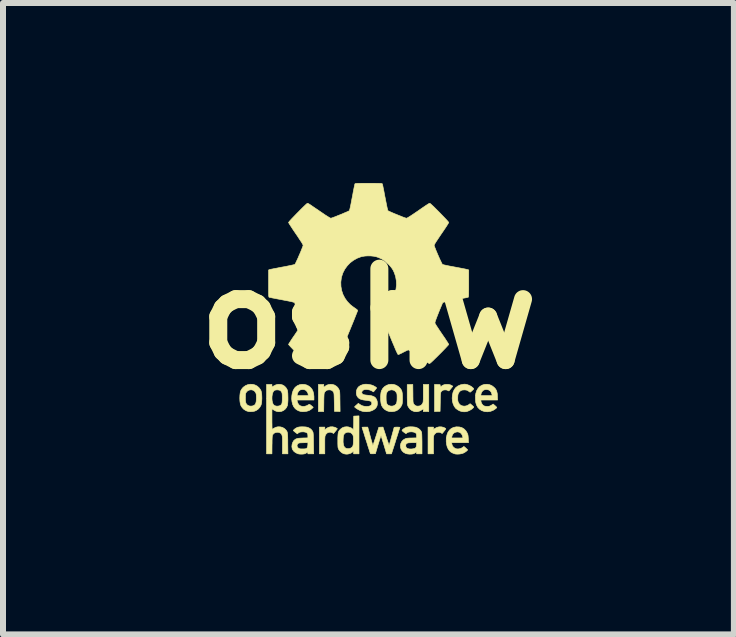
<source format=kicad_pcb>
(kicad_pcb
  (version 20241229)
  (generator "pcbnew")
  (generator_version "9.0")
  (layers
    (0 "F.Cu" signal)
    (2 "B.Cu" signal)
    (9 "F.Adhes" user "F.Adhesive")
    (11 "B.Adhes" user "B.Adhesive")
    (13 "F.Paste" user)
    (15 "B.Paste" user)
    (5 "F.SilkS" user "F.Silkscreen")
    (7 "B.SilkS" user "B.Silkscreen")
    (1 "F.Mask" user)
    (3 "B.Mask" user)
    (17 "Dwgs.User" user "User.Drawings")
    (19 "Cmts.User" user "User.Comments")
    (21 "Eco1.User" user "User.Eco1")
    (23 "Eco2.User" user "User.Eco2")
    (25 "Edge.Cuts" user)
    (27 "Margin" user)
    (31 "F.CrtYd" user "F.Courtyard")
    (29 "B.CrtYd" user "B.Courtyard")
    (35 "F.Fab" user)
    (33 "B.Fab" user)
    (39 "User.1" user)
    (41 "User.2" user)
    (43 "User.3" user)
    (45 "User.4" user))
  (footprint "oshw"
    (layer "F.Cu")
    (at 3.092 2.263)
    (property "Reference" "oshw" (at 0 0 0) (layer "F.SilkS") (effects (font (size 1.524 1.524) (thickness 0.3))))
    (attr through_hole)
    (fp_poly (pts (xy 1.254 1.811) (xy 1.286 1.828) (xy 1.289 1.832) (xy 1.286 1.84) (xy 1.278 1.853) (xy 1.262 1.872) (xy 1.262 1.873) (xy 1.229 1.913) (xy 1.207 1.901) (xy 1.179 1.892) (xy 1.15 1.893) (xy 1.124 1.904) (xy 1.103 1.923) (xy 1.094 1.936) (xy 1.091 1.944) (xy 1.088 1.952) (xy 1.086 1.965) (xy 1.085 1.981) (xy 1.084 2.004) (xy 1.084 2.035) (xy 1.084 2.074) (xy 1.084 2.104) (xy 1.084 2.252) (xy 0.993 2.252) (xy 0.993 1.806) (xy 1.084 1.806) (xy 1.084 1.846) (xy 1.103 1.831) (xy 1.138 1.812) (xy 1.176 1.802) (xy 1.215 1.802) (xy 1.254 1.811)) (stroke (width 0.01) (type solid)) (fill yes) (layer "F.SilkS"))
    (fp_poly (pts (xy -0.561 1.809) (xy -0.549 1.814) (xy -0.533 1.823) (xy -0.522 1.83) (xy -0.519 1.833) (xy -0.523 1.839) (xy -0.532 1.852) (xy -0.545 1.868) (xy -0.551 1.875) (xy -0.582 1.913) (xy -0.6 1.902) (xy -0.627 1.892) (xy -0.654 1.892) (xy -0.681 1.9) (xy -0.703 1.918) (xy -0.715 1.936) (xy -0.719 1.944) (xy -0.722 1.952) (xy -0.725 1.962) (xy -0.726 1.975) (xy -0.727 1.992) (xy -0.728 2.016) (xy -0.728 2.047) (xy -0.728 2.087) (xy -0.728 2.107) (xy -0.728 2.252) (xy -0.818 2.252) (xy -0.818 1.806) (xy -0.728 1.806) (xy -0.728 1.852) (xy -0.706 1.833) (xy -0.674 1.813) (xy -0.638 1.802) (xy -0.599 1.801) (xy -0.561 1.809)) (stroke (width 0.01) (type solid)) (fill yes) (layer "F.SilkS"))
    (fp_poly (pts (xy 1.328 1.094) (xy 1.362 1.101) (xy 1.387 1.113) (xy 1.406 1.124) (xy 1.395 1.139) (xy 1.384 1.152) (xy 1.371 1.169) (xy 1.362 1.179) (xy 1.34 1.204) (xy 1.322 1.195) (xy 1.3 1.187) (xy 1.274 1.186) (xy 1.249 1.189) (xy 1.234 1.196) (xy 1.225 1.203) (xy 1.217 1.209) (xy 1.211 1.217) (xy 1.206 1.227) (xy 1.203 1.242) (xy 1.201 1.261) (xy 1.199 1.287) (xy 1.198 1.321) (xy 1.197 1.365) (xy 1.197 1.389) (xy 1.194 1.544) (xy 1.147 1.545) (xy 1.101 1.547) (xy 1.101 1.095) (xy 1.147 1.096) (xy 1.194 1.098) (xy 1.197 1.12) (xy 1.199 1.133) (xy 1.202 1.137) (xy 1.206 1.134) (xy 1.207 1.133) (xy 1.23 1.113) (xy 1.26 1.1) (xy 1.293 1.094) (xy 1.328 1.094)) (stroke (width 0.01) (type solid)) (fill yes) (layer "F.SilkS"))
    (fp_poly (pts (xy 0.741 1.25) (xy 0.741 1.296) (xy 0.742 1.332) (xy 0.742 1.359) (xy 0.743 1.38) (xy 0.745 1.395) (xy 0.747 1.405) (xy 0.749 1.412) (xy 0.752 1.418) (xy 0.754 1.42) (xy 0.773 1.441) (xy 0.793 1.453) (xy 0.819 1.457) (xy 0.823 1.457) (xy 0.854 1.453) (xy 0.879 1.441) (xy 0.898 1.419) (xy 0.902 1.411) (xy 0.906 1.403) (xy 0.909 1.395) (xy 0.911 1.385) (xy 0.912 1.372) (xy 0.913 1.355) (xy 0.914 1.331) (xy 0.914 1.3) (xy 0.914 1.26) (xy 0.914 1.241) (xy 0.914 1.095) (xy 1.005 1.095) (xy 1.005 1.547) (xy 0.914 1.547) (xy 0.914 1.502) (xy 0.886 1.521) (xy 0.849 1.54) (xy 0.811 1.55) (xy 0.773 1.549) (xy 0.765 1.547) (xy 0.726 1.532) (xy 0.693 1.508) (xy 0.668 1.475) (xy 0.659 1.459) (xy 0.656 1.451) (xy 0.653 1.442) (xy 0.65 1.433) (xy 0.649 1.421) (xy 0.648 1.404) (xy 0.647 1.382) (xy 0.647 1.354) (xy 0.646 1.317) (xy 0.646 1.27) (xy 0.646 1.264) (xy 0.646 1.098) (xy 0.693 1.096) (xy 0.739 1.095) (xy 0.741 1.25)) (stroke (width 0.01) (type solid)) (fill yes) (layer "F.SilkS"))
    (fp_poly (pts (xy -0.601 1.095) (xy -0.569 1.104) (xy -0.562 1.108) (xy -0.53 1.128) (xy -0.507 1.153) (xy -0.49 1.183) (xy -0.486 1.191) (xy -0.483 1.2) (xy -0.481 1.209) (xy -0.479 1.222) (xy -0.478 1.239) (xy -0.477 1.261) (xy -0.476 1.291) (xy -0.476 1.329) (xy -0.475 1.377) (xy -0.475 1.379) (xy -0.473 1.547) (xy -0.52 1.545) (xy -0.567 1.544) (xy -0.57 1.391) (xy -0.571 1.345) (xy -0.572 1.309) (xy -0.573 1.281) (xy -0.574 1.261) (xy -0.576 1.246) (xy -0.578 1.235) (xy -0.581 1.227) (xy -0.584 1.221) (xy -0.601 1.201) (xy -0.625 1.189) (xy -0.654 1.185) (xy -0.685 1.189) (xy -0.708 1.2) (xy -0.726 1.219) (xy -0.729 1.223) (xy -0.733 1.23) (xy -0.736 1.237) (xy -0.738 1.245) (xy -0.74 1.257) (xy -0.741 1.273) (xy -0.742 1.295) (xy -0.743 1.324) (xy -0.744 1.363) (xy -0.744 1.396) (xy -0.746 1.547) (xy -0.835 1.547) (xy -0.835 1.095) (xy -0.745 1.095) (xy -0.745 1.118) (xy -0.744 1.134) (xy -0.74 1.139) (xy -0.731 1.134) (xy -0.723 1.126) (xy -0.699 1.109) (xy -0.669 1.098) (xy -0.635 1.093) (xy -0.601 1.095)) (stroke (width 0.01) (type solid)) (fill yes) (layer "F.SilkS"))
    (fp_poly (pts (xy -1.068 1.095) (xy -1.028 1.105) (xy -0.991 1.125) (xy -0.966 1.145) (xy -0.942 1.174) (xy -0.925 1.209) (xy -0.914 1.249) (xy -0.909 1.297) (xy -0.909 1.319) (xy -0.909 1.355) (xy -1.191 1.355) (xy -1.188 1.376) (xy -1.177 1.408) (xy -1.16 1.434) (xy -1.137 1.451) (xy -1.104 1.461) (xy -1.069 1.461) (xy -1.033 1.451) (xy -0.999 1.433) (xy -0.996 1.431) (xy -0.989 1.427) (xy -0.983 1.427) (xy -0.974 1.432) (xy -0.959 1.443) (xy -0.952 1.449) (xy -0.92 1.476) (xy -0.945 1.5) (xy -0.965 1.515) (xy -0.988 1.529) (xy -1.001 1.534) (xy -1.032 1.543) (xy -1.068 1.548) (xy -1.103 1.549) (xy -1.128 1.546) (xy -1.167 1.534) (xy -1.202 1.514) (xy -1.223 1.496) (xy -1.247 1.465) (xy -1.264 1.427) (xy -1.275 1.383) (xy -1.28 1.336) (xy -1.278 1.289) (xy -1.277 1.281) (xy -1.191 1.281) (xy -1.005 1.281) (xy -1.005 1.265) (xy -1.009 1.243) (xy -1.021 1.22) (xy -1.036 1.201) (xy -1.05 1.19) (xy -1.076 1.181) (xy -1.105 1.18) (xy -1.132 1.185) (xy -1.146 1.192) (xy -1.167 1.212) (xy -1.181 1.24) (xy -1.187 1.263) (xy -1.191 1.281) (xy -1.277 1.281) (xy -1.271 1.243) (xy -1.257 1.2) (xy -1.237 1.163) (xy -1.219 1.141) (xy -1.186 1.116) (xy -1.149 1.1) (xy -1.109 1.093) (xy -1.068 1.095)) (stroke (width 0.01) (type solid)) (fill yes) (layer "F.SilkS"))
    (fp_poly (pts (xy 1.516 1.804) (xy 1.557 1.815) (xy 1.593 1.837) (xy 1.623 1.867) (xy 1.643 1.9) (xy 1.651 1.917) (xy 1.657 1.933) (xy 1.66 1.949) (xy 1.662 1.969) (xy 1.664 1.997) (xy 1.664 2.002) (xy 1.667 2.066) (xy 1.387 2.066) (xy 1.39 2.089) (xy 1.399 2.118) (xy 1.418 2.142) (xy 1.443 2.16) (xy 1.473 2.17) (xy 1.498 2.17) (xy 1.527 2.165) (xy 1.554 2.154) (xy 1.574 2.142) (xy 1.59 2.128) (xy 1.621 2.154) (xy 1.636 2.168) (xy 1.647 2.178) (xy 1.653 2.184) (xy 1.653 2.184) (xy 1.65 2.191) (xy 1.639 2.202) (xy 1.624 2.214) (xy 1.605 2.227) (xy 1.586 2.237) (xy 1.581 2.24) (xy 1.553 2.249) (xy 1.519 2.255) (xy 1.483 2.257) (xy 1.451 2.255) (xy 1.431 2.25) (xy 1.395 2.235) (xy 1.366 2.217) (xy 1.343 2.192) (xy 1.33 2.173) (xy 1.313 2.138) (xy 1.302 2.095) (xy 1.296 2.047) (xy 1.297 1.997) (xy 1.298 1.988) (xy 1.298 1.987) (xy 1.387 1.987) (xy 1.575 1.987) (xy 1.571 1.968) (xy 1.56 1.935) (xy 1.542 1.91) (xy 1.518 1.893) (xy 1.489 1.886) (xy 1.472 1.887) (xy 1.441 1.895) (xy 1.416 1.911) (xy 1.399 1.936) (xy 1.39 1.963) (xy 1.387 1.987) (xy 1.298 1.987) (xy 1.308 1.936) (xy 1.325 1.892) (xy 1.35 1.856) (xy 1.381 1.829) (xy 1.419 1.811) (xy 1.463 1.802) (xy 1.468 1.802) (xy 1.516 1.804)) (stroke (width 0.01) (type solid)) (fill yes) (layer "F.SilkS"))
    (fp_poly (pts (xy 2.019 1.099) (xy 2.059 1.117) (xy 2.093 1.143) (xy 2.115 1.166) (xy 2.13 1.19) (xy 2.14 1.217) (xy 2.147 1.25) (xy 2.149 1.291) (xy 2.152 1.355) (xy 1.874 1.355) (xy 1.874 1.37) (xy 1.878 1.39) (xy 1.887 1.412) (xy 1.901 1.433) (xy 1.915 1.447) (xy 1.932 1.455) (xy 1.957 1.46) (xy 1.983 1.461) (xy 2.008 1.459) (xy 2.017 1.457) (xy 2.035 1.449) (xy 2.054 1.438) (xy 2.058 1.436) (xy 2.078 1.422) (xy 2.109 1.448) (xy 2.124 1.462) (xy 2.135 1.473) (xy 2.139 1.479) (xy 2.139 1.479) (xy 2.135 1.485) (xy 2.125 1.495) (xy 2.119 1.5) (xy 2.078 1.527) (xy 2.033 1.544) (xy 1.985 1.551) (xy 1.936 1.547) (xy 1.933 1.546) (xy 1.89 1.532) (xy 1.853 1.509) (xy 1.823 1.478) (xy 1.801 1.438) (xy 1.79 1.403) (xy 1.786 1.379) (xy 1.784 1.348) (xy 1.783 1.314) (xy 1.784 1.282) (xy 1.786 1.265) (xy 1.874 1.265) (xy 1.874 1.281) (xy 2.061 1.281) (xy 2.058 1.26) (xy 2.047 1.228) (xy 2.029 1.203) (xy 2.004 1.187) (xy 1.974 1.18) (xy 1.968 1.18) (xy 1.942 1.182) (xy 1.92 1.19) (xy 1.919 1.19) (xy 1.902 1.204) (xy 1.887 1.225) (xy 1.877 1.249) (xy 1.874 1.265) (xy 1.786 1.265) (xy 1.787 1.255) (xy 1.789 1.247) (xy 1.804 1.199) (xy 1.827 1.16) (xy 1.856 1.129) (xy 1.893 1.107) (xy 1.932 1.095) (xy 1.976 1.092) (xy 2.019 1.099)) (stroke (width 0.01) (type solid)) (fill yes) (layer "F.SilkS"))
    (fp_poly (pts (xy 1.612 1.091) (xy 1.633 1.095) (xy 1.643 1.097) (xy 1.679 1.11) (xy 1.714 1.129) (xy 1.742 1.152) (xy 1.744 1.154) (xy 1.753 1.164) (xy 1.754 1.171) (xy 1.748 1.178) (xy 1.746 1.18) (xy 1.735 1.191) (xy 1.72 1.204) (xy 1.715 1.209) (xy 1.694 1.225) (xy 1.668 1.207) (xy 1.651 1.196) (xy 1.635 1.19) (xy 1.614 1.187) (xy 1.604 1.186) (xy 1.568 1.188) (xy 1.539 1.198) (xy 1.517 1.216) (xy 1.502 1.239) (xy 1.495 1.255) (xy 1.491 1.27) (xy 1.489 1.288) (xy 1.488 1.313) (xy 1.488 1.321) (xy 1.488 1.349) (xy 1.49 1.369) (xy 1.494 1.384) (xy 1.5 1.4) (xy 1.501 1.401) (xy 1.519 1.427) (xy 1.544 1.445) (xy 1.574 1.455) (xy 1.606 1.457) (xy 1.638 1.45) (xy 1.669 1.435) (xy 1.673 1.431) (xy 1.694 1.416) (xy 1.715 1.433) (xy 1.73 1.446) (xy 1.743 1.458) (xy 1.746 1.461) (xy 1.754 1.47) (xy 1.753 1.477) (xy 1.746 1.485) (xy 1.724 1.505) (xy 1.695 1.523) (xy 1.663 1.538) (xy 1.652 1.542) (xy 1.627 1.549) (xy 1.604 1.551) (xy 1.579 1.55) (xy 1.557 1.547) (xy 1.523 1.537) (xy 1.489 1.519) (xy 1.459 1.497) (xy 1.453 1.492) (xy 1.429 1.459) (xy 1.411 1.419) (xy 1.399 1.374) (xy 1.395 1.324) (xy 1.399 1.275) (xy 1.41 1.224) (xy 1.43 1.181) (xy 1.456 1.147) (xy 1.491 1.121) (xy 1.533 1.102) (xy 1.568 1.095) (xy 1.592 1.091) (xy 1.612 1.091)) (stroke (width 0.01) (type solid)) (fill yes) (layer "F.SilkS"))
    (fp_poly (pts (xy -1.93 1.093) (xy -1.891 1.104) (xy -1.856 1.122) (xy -1.825 1.149) (xy -1.8 1.183) (xy -1.791 1.2) (xy -1.785 1.223) (xy -1.78 1.254) (xy -1.778 1.291) (xy -1.777 1.329) (xy -1.779 1.368) (xy -1.782 1.402) (xy -1.788 1.43) (xy -1.792 1.442) (xy -1.812 1.477) (xy -1.84 1.508) (xy -1.873 1.53) (xy -1.897 1.54) (xy -1.93 1.547) (xy -1.967 1.549) (xy -1.999 1.547) (xy -2.039 1.534) (xy -2.076 1.511) (xy -2.09 1.498) (xy -2.111 1.473) (xy -2.127 1.446) (xy -2.137 1.413) (xy -2.143 1.373) (xy -2.145 1.324) (xy -2.145 1.321) (xy -2.052 1.321) (xy -2.051 1.357) (xy -2.048 1.385) (xy -2.043 1.405) (xy -2.035 1.421) (xy -2.023 1.434) (xy -2.014 1.441) (xy -1.989 1.453) (xy -1.96 1.457) (xy -1.93 1.453) (xy -1.903 1.441) (xy -1.903 1.441) (xy -1.889 1.428) (xy -1.879 1.409) (xy -1.872 1.382) (xy -1.869 1.347) (xy -1.868 1.321) (xy -1.869 1.291) (xy -1.87 1.27) (xy -1.872 1.254) (xy -1.876 1.242) (xy -1.881 1.231) (xy -1.899 1.207) (xy -1.922 1.192) (xy -1.948 1.185) (xy -1.976 1.186) (xy -2.003 1.195) (xy -2.026 1.212) (xy -2.04 1.231) (xy -2.045 1.24) (xy -2.048 1.252) (xy -2.05 1.267) (xy -2.051 1.288) (xy -2.052 1.317) (xy -2.052 1.321) (xy -2.145 1.321) (xy -2.143 1.273) (xy -2.138 1.233) (xy -2.129 1.201) (xy -2.114 1.174) (xy -2.094 1.149) (xy -2.086 1.141) (xy -2.05 1.115) (xy -2.012 1.099) (xy -1.971 1.092) (xy -1.93 1.093)) (stroke (width 0.01) (type solid)) (fill yes) (layer "F.SilkS"))
    (fp_poly (pts (xy 0.417 1.094) (xy 0.456 1.106) (xy 0.492 1.126) (xy 0.521 1.152) (xy 0.538 1.172) (xy 0.55 1.191) (xy 0.558 1.213) (xy 0.563 1.239) (xy 0.566 1.271) (xy 0.567 1.311) (xy 0.567 1.324) (xy 0.567 1.358) (xy 0.566 1.383) (xy 0.564 1.402) (xy 0.562 1.417) (xy 0.558 1.431) (xy 0.554 1.44) (xy 0.538 1.47) (xy 0.513 1.498) (xy 0.485 1.522) (xy 0.461 1.535) (xy 0.43 1.544) (xy 0.394 1.549) (xy 0.358 1.548) (xy 0.349 1.547) (xy 0.307 1.534) (xy 0.27 1.512) (xy 0.24 1.481) (xy 0.219 1.447) (xy 0.211 1.421) (xy 0.206 1.387) (xy 0.202 1.349) (xy 0.202 1.321) (xy 0.294 1.321) (xy 0.295 1.362) (xy 0.299 1.393) (xy 0.307 1.417) (xy 0.319 1.434) (xy 0.336 1.445) (xy 0.36 1.453) (xy 0.36 1.454) (xy 0.393 1.457) (xy 0.423 1.45) (xy 0.44 1.441) (xy 0.454 1.428) (xy 0.465 1.414) (xy 0.471 1.396) (xy 0.475 1.373) (xy 0.477 1.341) (xy 0.477 1.321) (xy 0.477 1.29) (xy 0.476 1.268) (xy 0.474 1.253) (xy 0.471 1.241) (xy 0.466 1.231) (xy 0.465 1.231) (xy 0.445 1.206) (xy 0.419 1.191) (xy 0.388 1.185) (xy 0.387 1.185) (xy 0.355 1.19) (xy 0.329 1.202) (xy 0.31 1.224) (xy 0.306 1.231) (xy 0.301 1.243) (xy 0.297 1.256) (xy 0.295 1.272) (xy 0.294 1.294) (xy 0.294 1.321) (xy 0.202 1.321) (xy 0.202 1.308) (xy 0.204 1.268) (xy 0.208 1.232) (xy 0.215 1.204) (xy 0.217 1.199) (xy 0.238 1.162) (xy 0.266 1.133) (xy 0.3 1.111) (xy 0.337 1.097) (xy 0.377 1.092) (xy 0.417 1.094)) (stroke (width 0.01) (type solid)) (fill yes) (layer "F.SilkS"))
    (fp_poly (pts (xy -0.158 2.252) (xy -0.248 2.252) (xy -0.248 2.232) (xy -0.25 2.218) (xy -0.255 2.213) (xy -0.264 2.22) (xy -0.268 2.224) (xy -0.283 2.235) (xy -0.305 2.245) (xy -0.33 2.253) (xy -0.355 2.257) (xy -0.366 2.257) (xy -0.388 2.255) (xy -0.411 2.25) (xy -0.416 2.249) (xy -0.445 2.233) (xy -0.473 2.209) (xy -0.494 2.181) (xy -0.498 2.175) (xy -0.502 2.165) (xy -0.505 2.155) (xy -0.508 2.144) (xy -0.509 2.13) (xy -0.51 2.11) (xy -0.511 2.084) (xy -0.511 2.056) (xy -0.423 2.056) (xy -0.418 2.094) (xy -0.41 2.123) (xy -0.396 2.144) (xy -0.377 2.158) (xy -0.372 2.16) (xy -0.342 2.166) (xy -0.314 2.163) (xy -0.296 2.156) (xy -0.28 2.146) (xy -0.268 2.135) (xy -0.26 2.119) (xy -0.255 2.098) (xy -0.252 2.069) (xy -0.251 2.031) (xy -0.251 2.029) (xy -0.251 1.998) (xy -0.252 1.975) (xy -0.254 1.958) (xy -0.257 1.946) (xy -0.262 1.935) (xy -0.263 1.933) (xy -0.28 1.912) (xy -0.302 1.898) (xy -0.328 1.891) (xy -0.355 1.892) (xy -0.38 1.901) (xy -0.4 1.917) (xy -0.41 1.932) (xy -0.416 1.949) (xy -0.42 1.976) (xy -0.422 2.009) (xy -0.423 2.056) (xy -0.511 2.056) (xy -0.511 2.048) (xy -0.511 2.032) (xy -0.511 1.986) (xy -0.509 1.949) (xy -0.507 1.921) (xy -0.503 1.898) (xy -0.497 1.881) (xy -0.489 1.866) (xy -0.477 1.852) (xy -0.463 1.838) (xy -0.435 1.817) (xy -0.404 1.805) (xy -0.369 1.801) (xy -0.361 1.801) (xy -0.336 1.803) (xy -0.31 1.811) (xy -0.286 1.821) (xy -0.269 1.834) (xy -0.266 1.836) (xy -0.258 1.844) (xy -0.253 1.846) (xy -0.252 1.84) (xy -0.25 1.825) (xy -0.249 1.803) (xy -0.248 1.774) (xy -0.247 1.74) (xy -0.247 1.734) (xy -0.246 1.623) (xy -0.202 1.621) (xy -0.158 1.619) (xy -0.158 2.252)) (stroke (width 0.01) (type solid)) (fill yes) (layer "F.SilkS"))
    (fp_poly (pts (xy -0.01 1.093) (xy 0.022 1.098) (xy 0.052 1.105) (xy 0.073 1.112) (xy 0.094 1.123) (xy 0.113 1.134) (xy 0.128 1.144) (xy 0.135 1.152) (xy 0.135 1.153) (xy 0.132 1.16) (xy 0.123 1.172) (xy 0.11 1.188) (xy 0.11 1.188) (xy 0.084 1.219) (xy 0.052 1.201) (xy 0.025 1.189) (xy -0.007 1.182) (xy -0.039 1.179) (xy -0.067 1.182) (xy -0.084 1.188) (xy -0.101 1.202) (xy -0.111 1.219) (xy -0.111 1.236) (xy -0.103 1.252) (xy -0.091 1.261) (xy -0.077 1.266) (xy -0.056 1.27) (xy -0.033 1.273) (xy -0.033 1.273) (xy 0.014 1.278) (xy 0.051 1.284) (xy 0.08 1.294) (xy 0.103 1.306) (xy 0.12 1.322) (xy 0.133 1.343) (xy 0.134 1.345) (xy 0.145 1.374) (xy 0.148 1.407) (xy 0.146 1.439) (xy 0.138 1.464) (xy 0.119 1.492) (xy 0.091 1.515) (xy 0.056 1.533) (xy 0.016 1.545) (xy -0.028 1.55) (xy -0.073 1.548) (xy -0.085 1.546) (xy -0.107 1.541) (xy -0.133 1.532) (xy -0.152 1.524) (xy -0.172 1.513) (xy -0.193 1.501) (xy -0.211 1.488) (xy -0.225 1.477) (xy -0.231 1.47) (xy -0.231 1.468) (xy -0.227 1.463) (xy -0.217 1.453) (xy -0.202 1.439) (xy -0.2 1.438) (xy -0.169 1.41) (xy -0.144 1.428) (xy -0.11 1.448) (xy -0.075 1.458) (xy -0.035 1.462) (xy -0.033 1.462) (xy 0.004 1.459) (xy 0.03 1.451) (xy 0.048 1.438) (xy 0.055 1.419) (xy 0.055 1.404) (xy 0.052 1.391) (xy 0.044 1.38) (xy 0.03 1.372) (xy 0.008 1.367) (xy -0.023 1.362) (xy -0.039 1.36) (xy -0.085 1.354) (xy -0.122 1.345) (xy -0.15 1.333) (xy -0.171 1.316) (xy -0.187 1.295) (xy -0.193 1.284) (xy -0.199 1.264) (xy -0.203 1.241) (xy -0.203 1.234) (xy -0.199 1.194) (xy -0.185 1.16) (xy -0.162 1.132) (xy -0.13 1.111) (xy -0.089 1.097) (xy -0.064 1.092) (xy -0.04 1.091) (xy -0.01 1.093)) (stroke (width 0.01) (type solid)) (fill yes) (layer "F.SilkS"))
    (fp_poly (pts (xy -1.083 1.802) (xy -1.054 1.803) (xy -1.033 1.806) (xy -1.016 1.81) (xy -1 1.816) (xy -0.991 1.82) (xy -0.96 1.84) (xy -0.938 1.866) (xy -0.925 1.891) (xy -0.923 1.901) (xy -0.921 1.919) (xy -0.919 1.945) (xy -0.918 1.98) (xy -0.917 2.024) (xy -0.916 2.079) (xy -0.916 2.081) (xy -0.913 2.252) (xy -1.01 2.252) (xy -1.01 2.217) (xy -1.027 2.232) (xy -1.045 2.243) (xy -1.064 2.251) (xy -1.066 2.252) (xy -1.092 2.256) (xy -1.124 2.257) (xy -1.155 2.255) (xy -1.178 2.25) (xy -1.214 2.233) (xy -1.244 2.21) (xy -1.265 2.181) (xy -1.272 2.163) (xy -1.277 2.132) (xy -1.276 2.12) (xy -1.191 2.12) (xy -1.184 2.139) (xy -1.171 2.155) (xy -1.15 2.166) (xy -1.143 2.168) (xy -1.125 2.17) (xy -1.102 2.17) (xy -1.077 2.17) (xy -1.055 2.168) (xy -1.038 2.165) (xy -1.036 2.164) (xy -1.024 2.154) (xy -1.016 2.135) (xy -1.011 2.11) (xy -1.01 2.097) (xy -1.01 2.065) (xy -1.086 2.067) (xy -1.117 2.068) (xy -1.139 2.069) (xy -1.153 2.071) (xy -1.163 2.073) (xy -1.17 2.077) (xy -1.176 2.082) (xy -1.188 2.1) (xy -1.191 2.12) (xy -1.276 2.12) (xy -1.274 2.098) (xy -1.264 2.065) (xy -1.249 2.037) (xy -1.238 2.025) (xy -1.223 2.013) (xy -1.207 2.003) (xy -1.188 1.997) (xy -1.164 1.992) (xy -1.132 1.99) (xy -1.094 1.988) (xy -1.01 1.986) (xy -1.01 1.955) (xy -1.011 1.935) (xy -1.014 1.919) (xy -1.016 1.913) (xy -1.029 1.9) (xy -1.05 1.891) (xy -1.077 1.886) (xy -1.091 1.885) (xy -1.123 1.887) (xy -1.146 1.891) (xy -1.163 1.899) (xy -1.171 1.906) (xy -1.186 1.919) (xy -1.219 1.893) (xy -1.236 1.88) (xy -1.247 1.869) (xy -1.253 1.863) (xy -1.253 1.862) (xy -1.249 1.856) (xy -1.239 1.846) (xy -1.229 1.837) (xy -1.205 1.821) (xy -1.179 1.809) (xy -1.147 1.803) (xy -1.107 1.801) (xy -1.083 1.802)) (stroke (width 0.01) (type solid)) (fill yes) (layer "F.SilkS"))
    (fp_poly (pts (xy 0.738 1.802) (xy 0.774 1.806) (xy 0.792 1.81) (xy 0.822 1.823) (xy 0.85 1.842) (xy 0.871 1.865) (xy 0.885 1.89) (xy 0.886 1.894) (xy 0.887 1.907) (xy 0.889 1.93) (xy 0.89 1.963) (xy 0.891 2.004) (xy 0.892 2.053) (xy 0.892 2.084) (xy 0.892 2.252) (xy 0.802 2.252) (xy 0.802 2.217) (xy 0.784 2.232) (xy 0.767 2.243) (xy 0.748 2.251) (xy 0.746 2.252) (xy 0.719 2.256) (xy 0.686 2.257) (xy 0.653 2.254) (xy 0.625 2.248) (xy 0.625 2.248) (xy 0.589 2.23) (xy 0.561 2.204) (xy 0.543 2.174) (xy 0.533 2.139) (xy 0.534 2.118) (xy 0.621 2.118) (xy 0.626 2.14) (xy 0.639 2.156) (xy 0.656 2.164) (xy 0.672 2.168) (xy 0.68 2.17) (xy 0.697 2.171) (xy 0.719 2.171) (xy 0.742 2.168) (xy 0.763 2.164) (xy 0.776 2.159) (xy 0.777 2.159) (xy 0.791 2.145) (xy 0.799 2.125) (xy 0.802 2.096) (xy 0.802 2.094) (xy 0.802 2.066) (xy 0.731 2.066) (xy 0.692 2.067) (xy 0.664 2.069) (xy 0.644 2.075) (xy 0.631 2.084) (xy 0.624 2.096) (xy 0.621 2.113) (xy 0.621 2.118) (xy 0.534 2.118) (xy 0.534 2.101) (xy 0.538 2.082) (xy 0.554 2.048) (xy 0.578 2.021) (xy 0.61 2.002) (xy 0.622 1.997) (xy 0.635 1.993) (xy 0.653 1.991) (xy 0.677 1.989) (xy 0.709 1.988) (xy 0.718 1.988) (xy 0.802 1.986) (xy 0.802 1.953) (xy 0.8 1.929) (xy 0.795 1.913) (xy 0.792 1.909) (xy 0.774 1.897) (xy 0.75 1.889) (xy 0.721 1.885) (xy 0.692 1.886) (xy 0.665 1.891) (xy 0.643 1.901) (xy 0.633 1.91) (xy 0.628 1.914) (xy 0.622 1.914) (xy 0.613 1.908) (xy 0.597 1.897) (xy 0.592 1.893) (xy 0.576 1.88) (xy 0.564 1.87) (xy 0.559 1.863) (xy 0.559 1.863) (xy 0.563 1.854) (xy 0.575 1.843) (xy 0.592 1.83) (xy 0.611 1.819) (xy 0.629 1.811) (xy 0.633 1.809) (xy 0.663 1.803) (xy 0.7 1.801) (xy 0.738 1.802)) (stroke (width 0.01) (type solid)) (fill yes) (layer "F.SilkS"))
    (fp_poly (pts (xy 0.292 1.958) (xy 0.304 1.997) (xy 0.316 2.032) (xy 0.327 2.062) (xy 0.335 2.085) (xy 0.341 2.101) (xy 0.344 2.107) (xy 0.345 2.107) (xy 0.347 2.1) (xy 0.352 2.085) (xy 0.359 2.061) (xy 0.368 2.031) (xy 0.377 1.996) (xy 0.387 1.961) (xy 0.397 1.923) (xy 0.407 1.888) (xy 0.415 1.858) (xy 0.421 1.835) (xy 0.426 1.819) (xy 0.427 1.813) (xy 0.434 1.809) (xy 0.45 1.807) (xy 0.476 1.806) (xy 0.478 1.806) (xy 0.503 1.807) (xy 0.517 1.808) (xy 0.523 1.811) (xy 0.524 1.813) (xy 0.521 1.821) (xy 0.516 1.837) (xy 0.508 1.861) (xy 0.499 1.889) (xy 0.489 1.922) (xy 0.489 1.922) (xy 0.476 1.962) (xy 0.461 2.008) (xy 0.446 2.057) (xy 0.431 2.104) (xy 0.42 2.138) (xy 0.383 2.252) (xy 0.302 2.252) (xy 0.257 2.102) (xy 0.245 2.063) (xy 0.234 2.028) (xy 0.225 1.997) (xy 0.217 1.973) (xy 0.212 1.957) (xy 0.209 1.95) (xy 0.209 1.95) (xy 0.206 1.955) (xy 0.201 1.969) (xy 0.194 1.991) (xy 0.184 2.02) (xy 0.174 2.054) (xy 0.162 2.093) (xy 0.16 2.099) (xy 0.116 2.249) (xy 0.075 2.251) (xy 0.051 2.251) (xy 0.037 2.25) (xy 0.031 2.246) (xy 0.031 2.245) (xy 0.028 2.236) (xy 0.022 2.219) (xy 0.014 2.193) (xy 0.004 2.162) (xy -0.008 2.126) (xy -0.02 2.086) (xy -0.033 2.045) (xy -0.047 2.003) (xy -0.06 1.961) (xy -0.072 1.922) (xy -0.083 1.887) (xy -0.093 1.857) (xy -0.1 1.833) (xy -0.105 1.817) (xy -0.107 1.81) (xy -0.107 1.809) (xy -0.102 1.808) (xy -0.088 1.807) (xy -0.068 1.806) (xy -0.06 1.806) (xy -0.012 1.806) (xy -0.007 1.825) (xy -0.004 1.835) (xy 0.001 1.855) (xy 0.009 1.882) (xy 0.017 1.914) (xy 0.027 1.951) (xy 0.034 1.977) (xy 0.044 2.014) (xy 0.054 2.047) (xy 0.062 2.075) (xy 0.068 2.095) (xy 0.072 2.108) (xy 0.073 2.111) (xy 0.076 2.106) (xy 0.081 2.091) (xy 0.089 2.069) (xy 0.099 2.039) (xy 0.11 2.005) (xy 0.123 1.966) (xy 0.125 1.96) (xy 0.173 1.809) (xy 0.208 1.807) (xy 0.242 1.806) (xy 0.292 1.958)) (stroke (width 0.01) (type solid)) (fill yes) (layer "F.SilkS"))
    (fp_poly (pts (xy -1.47 1.094) (xy -1.434 1.103) (xy -1.403 1.121) (xy -1.377 1.146) (xy -1.357 1.178) (xy -1.351 1.195) (xy -1.347 1.216) (xy -1.344 1.245) (xy -1.343 1.28) (xy -1.342 1.318) (xy -1.342 1.356) (xy -1.344 1.391) (xy -1.347 1.421) (xy -1.35 1.443) (xy -1.351 1.446) (xy -1.367 1.481) (xy -1.391 1.51) (xy -1.421 1.532) (xy -1.456 1.546) (xy -1.494 1.55) (xy -1.522 1.546) (xy -1.543 1.54) (xy -1.565 1.529) (xy -1.579 1.521) (xy -1.609 1.501) (xy -1.609 1.674) (xy -1.609 1.724) (xy -1.608 1.764) (xy -1.608 1.795) (xy -1.607 1.817) (xy -1.606 1.832) (xy -1.604 1.84) (xy -1.602 1.842) (xy -1.602 1.842) (xy -1.592 1.836) (xy -1.579 1.827) (xy -1.578 1.826) (xy -1.545 1.809) (xy -1.509 1.801) (xy -1.472 1.802) (xy -1.435 1.811) (xy -1.403 1.829) (xy -1.389 1.841) (xy -1.378 1.852) (xy -1.369 1.863) (xy -1.361 1.874) (xy -1.356 1.886) (xy -1.352 1.901) (xy -1.349 1.921) (xy -1.347 1.946) (xy -1.346 1.978) (xy -1.345 2.019) (xy -1.345 2.069) (xy -1.345 2.079) (xy -1.343 2.252) (xy -1.434 2.252) (xy -1.434 2.104) (xy -1.434 2.055) (xy -1.434 2.016) (xy -1.435 1.985) (xy -1.437 1.962) (xy -1.441 1.945) (xy -1.445 1.932) (xy -1.451 1.922) (xy -1.459 1.913) (xy -1.468 1.906) (xy -1.493 1.895) (xy -1.521 1.892) (xy -1.549 1.897) (xy -1.574 1.909) (xy -1.593 1.929) (xy -1.593 1.93) (xy -1.597 1.936) (xy -1.6 1.943) (xy -1.602 1.952) (xy -1.604 1.964) (xy -1.605 1.981) (xy -1.606 2.004) (xy -1.607 2.035) (xy -1.607 2.074) (xy -1.608 2.101) (xy -1.609 2.252) (xy -1.699 2.252) (xy -1.699 1.332) (xy -1.609 1.332) (xy -1.606 1.368) (xy -1.599 1.4) (xy -1.588 1.426) (xy -1.582 1.434) (xy -1.564 1.448) (xy -1.539 1.456) (xy -1.512 1.457) (xy -1.485 1.452) (xy -1.47 1.445) (xy -1.457 1.436) (xy -1.448 1.424) (xy -1.442 1.409) (xy -1.439 1.387) (xy -1.437 1.358) (xy -1.437 1.324) (xy -1.437 1.29) (xy -1.438 1.265) (xy -1.44 1.248) (xy -1.442 1.235) (xy -1.447 1.224) (xy -1.462 1.203) (xy -1.482 1.191) (xy -1.51 1.186) (xy -1.53 1.186) (xy -1.55 1.189) (xy -1.563 1.192) (xy -1.573 1.199) (xy -1.581 1.208) (xy -1.594 1.23) (xy -1.603 1.261) (xy -1.608 1.295) (xy -1.609 1.332) (xy -1.699 1.332) (xy -1.699 1.095) (xy -1.609 1.095) (xy -1.609 1.139) (xy -1.581 1.121) (xy -1.544 1.102) (xy -1.507 1.093) (xy -1.47 1.094)) (stroke (width 0.01) (type solid)) (fill yes) (layer "F.SilkS"))
    (fp_poly (pts (xy 0.059 -2.258) (xy 0.105 -2.258) (xy 0.141 -2.257) (xy 0.17 -2.257) (xy 0.191 -2.256) (xy 0.207 -2.256) (xy 0.217 -2.254) (xy 0.224 -2.253) (xy 0.228 -2.251) (xy 0.23 -2.248) (xy 0.231 -2.247) (xy 0.234 -2.239) (xy 0.238 -2.221) (xy 0.243 -2.195) (xy 0.25 -2.162) (xy 0.258 -2.122) (xy 0.266 -2.078) (xy 0.275 -2.03) (xy 0.277 -2.022) (xy 0.286 -1.975) (xy 0.295 -1.93) (xy 0.303 -1.89) (xy 0.31 -1.856) (xy 0.316 -1.83) (xy 0.321 -1.811) (xy 0.324 -1.802) (xy 0.324 -1.802) (xy 0.331 -1.797) (xy 0.348 -1.789) (xy 0.371 -1.779) (xy 0.4 -1.766) (xy 0.433 -1.752) (xy 0.468 -1.738) (xy 0.504 -1.723) (xy 0.538 -1.71) (xy 0.569 -1.697) (xy 0.596 -1.687) (xy 0.617 -1.68) (xy 0.63 -1.676) (xy 0.632 -1.675) (xy 0.64 -1.678) (xy 0.656 -1.686) (xy 0.678 -1.699) (xy 0.708 -1.718) (xy 0.747 -1.744) (xy 0.794 -1.776) (xy 0.821 -1.794) (xy 0.868 -1.827) (xy 0.907 -1.854) (xy 0.938 -1.875) (xy 0.963 -1.892) (xy 0.982 -1.904) (xy 0.996 -1.913) (xy 1.006 -1.919) (xy 1.013 -1.922) (xy 1.018 -1.923) (xy 1.022 -1.924) (xy 1.025 -1.923) (xy 1.026 -1.922) (xy 1.033 -1.917) (xy 1.047 -1.905) (xy 1.066 -1.887) (xy 1.09 -1.865) (xy 1.117 -1.838) (xy 1.146 -1.809) (xy 1.177 -1.778) (xy 1.207 -1.747) (xy 1.237 -1.716) (xy 1.265 -1.687) (xy 1.29 -1.661) (xy 1.31 -1.639) (xy 1.326 -1.621) (xy 1.335 -1.609) (xy 1.338 -1.605) (xy 1.335 -1.598) (xy 1.326 -1.583) (xy 1.312 -1.56) (xy 1.294 -1.532) (xy 1.272 -1.499) (xy 1.247 -1.462) (xy 1.22 -1.422) (xy 1.216 -1.417) (xy 1.18 -1.363) (xy 1.15 -1.318) (xy 1.126 -1.282) (xy 1.109 -1.254) (xy 1.099 -1.235) (xy 1.095 -1.226) (xy 1.095 -1.225) (xy 1.097 -1.215) (xy 1.103 -1.197) (xy 1.113 -1.172) (xy 1.125 -1.141) (xy 1.139 -1.108) (xy 1.154 -1.072) (xy 1.17 -1.036) (xy 1.185 -1.001) (xy 1.2 -0.97) (xy 1.213 -0.943) (xy 1.223 -0.922) (xy 1.231 -0.909) (xy 1.234 -0.905) (xy 1.242 -0.903) (xy 1.259 -0.898) (xy 1.286 -0.892) (xy 1.319 -0.885) (xy 1.358 -0.877) (xy 1.402 -0.869) (xy 1.445 -0.861) (xy 1.492 -0.852) (xy 1.535 -0.844) (xy 1.574 -0.836) (xy 1.607 -0.83) (xy 1.633 -0.824) (xy 1.651 -0.82) (xy 1.658 -0.818) (xy 1.671 -0.813) (xy 1.671 -0.588) (xy 1.671 -0.531) (xy 1.671 -0.485) (xy 1.67 -0.448) (xy 1.67 -0.419) (xy 1.669 -0.397) (xy 1.668 -0.381) (xy 1.667 -0.371) (xy 1.666 -0.364) (xy 1.664 -0.36) (xy 1.661 -0.358) (xy 1.661 -0.358) (xy 1.653 -0.356) (xy 1.636 -0.352) (xy 1.61 -0.347) (xy 1.577 -0.341) (xy 1.538 -0.333) (xy 1.494 -0.325) (xy 1.448 -0.316) (xy 1.392 -0.305) (xy 1.345 -0.296) (xy 1.309 -0.288) (xy 1.281 -0.282) (xy 1.26 -0.277) (xy 1.247 -0.273) (xy 1.24 -0.269) (xy 1.238 -0.268) (xy 1.234 -0.261) (xy 1.227 -0.244) (xy 1.217 -0.22) (xy 1.204 -0.189) (xy 1.189 -0.153) (xy 1.173 -0.114) (xy 1.168 -0.101) (xy 1.147 -0.048) (xy 1.131 -0.006) (xy 1.119 0.027) (xy 1.111 0.051) (xy 1.108 0.067) (xy 1.108 0.072) (xy 1.111 0.08) (xy 1.121 0.096) (xy 1.135 0.12) (xy 1.154 0.148) (xy 1.176 0.182) (xy 1.201 0.219) (xy 1.224 0.253) (xy 1.25 0.291) (xy 1.275 0.327) (xy 1.296 0.36) (xy 1.314 0.387) (xy 1.327 0.408) (xy 1.335 0.422) (xy 1.338 0.428) (xy 1.334 0.434) (xy 1.323 0.447) (xy 1.305 0.466) (xy 1.283 0.49) (xy 1.255 0.519) (xy 1.224 0.551) (xy 1.19 0.585) (xy 1.181 0.594) (xy 1.14 0.635) (xy 1.106 0.668) (xy 1.079 0.695) (xy 1.057 0.715) (xy 1.041 0.73) (xy 1.029 0.74) (xy 1.02 0.745) (xy 1.015 0.747) (xy 1.013 0.747) (xy 1.006 0.743) (xy 0.99 0.733) (xy 0.968 0.719) (xy 0.94 0.7) (xy 0.907 0.678) (xy 0.871 0.653) (xy 0.839 0.631) (xy 0.8 0.605) (xy 0.765 0.581) (xy 0.732 0.56) (xy 0.705 0.543) (xy 0.684 0.529) (xy 0.67 0.522) (xy 0.665 0.519) (xy 0.656 0.522) (xy 0.639 0.529) (xy 0.617 0.54) (xy 0.591 0.553) (xy 0.579 0.559) (xy 0.553 0.573) (xy 0.529 0.584) (xy 0.51 0.593) (xy 0.497 0.597) (xy 0.495 0.597) (xy 0.492 0.595) (xy 0.487 0.587) (xy 0.48 0.574) (xy 0.471 0.555) (xy 0.459 0.53) (xy 0.445 0.497) (xy 0.428 0.456) (xy 0.407 0.407) (xy 0.383 0.35) (xy 0.355 0.282) (xy 0.335 0.235) (xy 0.31 0.175) (xy 0.287 0.117) (xy 0.265 0.063) (xy 0.245 0.014) (xy 0.227 -0.03) (xy 0.212 -0.068) (xy 0.2 -0.098) (xy 0.192 -0.12) (xy 0.187 -0.133) (xy 0.186 -0.136) (xy 0.191 -0.146) (xy 0.205 -0.159) (xy 0.21 -0.162) (xy 0.226 -0.173) (xy 0.247 -0.188) (xy 0.27 -0.204) (xy 0.275 -0.208) (xy 0.33 -0.255) (xy 0.376 -0.308) (xy 0.413 -0.367) (xy 0.441 -0.43) (xy 0.459 -0.496) (xy 0.467 -0.565) (xy 0.464 -0.634) (xy 0.452 -0.704) (xy 0.432 -0.763) (xy 0.415 -0.802) (xy 0.394 -0.837) (xy 0.368 -0.871) (xy 0.335 -0.907) (xy 0.327 -0.914) (xy 0.277 -0.959) (xy 0.225 -0.994) (xy 0.169 -1.02) (xy 0.127 -1.034) (xy 0.087 -1.042) (xy 0.04 -1.047) (xy -0.01 -1.048) (xy -0.059 -1.045) (xy -0.103 -1.038) (xy -0.121 -1.034) (xy -0.188 -1.009) (xy -0.249 -0.975) (xy -0.305 -0.933) (xy -0.353 -0.883) (xy -0.394 -0.827) (xy -0.426 -0.765) (xy -0.448 -0.699) (xy -0.452 -0.681) (xy -0.461 -0.61) (xy -0.459 -0.539) (xy -0.447 -0.471) (xy -0.425 -0.405) (xy -0.393 -0.343) (xy -0.352 -0.286) (xy -0.303 -0.235) (xy -0.269 -0.208) (xy -0.247 -0.192) (xy -0.226 -0.177) (xy -0.208 -0.165) (xy -0.205 -0.162) (xy -0.189 -0.15) (xy -0.181 -0.139) (xy -0.181 -0.136) (xy -0.183 -0.129) (xy -0.189 -0.113) (xy -0.199 -0.088) (xy -0.212 -0.055) (xy -0.228 -0.015) (xy -0.246 0.031) (xy -0.267 0.082) (xy -0.29 0.138) (xy -0.314 0.197) (xy -0.33 0.235) (xy -0.36 0.309) (xy -0.387 0.372) (xy -0.41 0.427) (xy -0.429 0.473) (xy -0.445 0.51) (xy -0.458 0.54) (xy -0.469 0.563) (xy -0.477 0.58) (xy -0.483 0.59) (xy -0.487 0.596) (xy -0.489 0.597) (xy -0.498 0.595) (xy -0.514 0.589) (xy -0.536 0.578) (xy -0.562 0.565) (xy -0.574 0.559) (xy -0.601 0.545) (xy -0.625 0.533) (xy -0.644 0.524) (xy -0.656 0.52) (xy -0.659 0.519) (xy -0.666 0.522) (xy -0.681 0.531) (xy -0.704 0.545) (xy -0.732 0.563) (xy -0.764 0.585) (xy -0.801 0.609) (xy -0.833 0.631) (xy -0.872 0.657) (xy -0.907 0.682) (xy -0.94 0.703) (xy -0.967 0.721) (xy -0.988 0.735) (xy -1.002 0.744) (xy -1.007 0.747) (xy -1.011 0.747) (xy -1.018 0.743) (xy -1.028 0.736) (xy -1.041 0.724) (xy -1.06 0.708) (xy -1.083 0.685) (xy -1.113 0.656) (xy -1.15 0.62) (xy -1.175 0.594) (xy -1.21 0.56) (xy -1.242 0.527) (xy -1.27 0.497) (xy -1.294 0.472) (xy -1.313 0.451) (xy -1.326 0.437) (xy -1.332 0.429) (xy -1.332 0.428) (xy -1.329 0.421) (xy -1.32 0.406) (xy -1.306 0.384) (xy -1.288 0.356) (xy -1.267 0.324) (xy -1.242 0.288) (xy -1.218 0.253) (xy -1.192 0.214) (xy -1.167 0.177) (xy -1.146 0.145) (xy -1.127 0.116) (xy -1.114 0.094) (xy -1.105 0.079) (xy -1.102 0.072) (xy -1.103 0.062) (xy -1.108 0.044) (xy -1.117 0.017) (xy -1.13 -0.019) (xy -1.148 -0.065) (xy -1.162 -0.101) (xy -1.179 -0.141) (xy -1.194 -0.178) (xy -1.207 -0.21) (xy -1.218 -0.237) (xy -1.227 -0.256) (xy -1.232 -0.267) (xy -1.233 -0.268) (xy -1.237 -0.271) (xy -1.248 -0.275) (xy -1.265 -0.28) (xy -1.289 -0.286) (xy -1.322 -0.293) (xy -1.364 -0.301) (xy -1.416 -0.311) (xy -1.442 -0.316) (xy -1.489 -0.325) (xy -1.533 -0.333) (xy -1.572 -0.341) (xy -1.605 -0.347) (xy -1.63 -0.353) (xy -1.648 -0.356) (xy -1.655 -0.358) (xy -1.658 -0.36) (xy -1.66 -0.363) (xy -1.661 -0.37) (xy -1.663 -0.38) (xy -1.664 -0.395) (xy -1.664 -0.416) (xy -1.665 -0.444) (xy -1.665 -0.48) (xy -1.665 -0.525) (xy -1.665 -0.58) (xy -1.665 -0.588) (xy -1.665 -0.813) (xy -1.652 -0.818) (xy -1.644 -0.821) (xy -1.626 -0.825) (xy -1.599 -0.83) (xy -1.566 -0.837) (xy -1.526 -0.844) (xy -1.483 -0.853) (xy -1.44 -0.861) (xy -1.393 -0.869) (xy -1.35 -0.878) (xy -1.311 -0.886) (xy -1.278 -0.893) (xy -1.252 -0.899) (xy -1.235 -0.903) (xy -1.228 -0.905) (xy -1.223 -0.912) (xy -1.214 -0.928) (xy -1.203 -0.952) (xy -1.189 -0.981) (xy -1.174 -1.013) (xy -1.159 -1.049) (xy -1.143 -1.085) (xy -1.128 -1.12) (xy -1.115 -1.153) (xy -1.104 -1.181) (xy -1.095 -1.204) (xy -1.09 -1.22) (xy -1.089 -1.225) (xy -1.093 -1.234) (xy -1.103 -1.253) (xy -1.119 -1.28) (xy -1.143 -1.315) (xy -1.172 -1.36) (xy -1.208 -1.413) (xy -1.211 -1.417) (xy -1.238 -1.457) (xy -1.263 -1.494) (xy -1.285 -1.528) (xy -1.304 -1.557) (xy -1.319 -1.58) (xy -1.328 -1.596) (xy -1.332 -1.605) (xy -1.332 -1.605) (xy -1.328 -1.611) (xy -1.317 -1.625) (xy -1.301 -1.643) (xy -1.279 -1.667) (xy -1.253 -1.694) (xy -1.225 -1.723) (xy -1.195 -1.754) (xy -1.164 -1.785) (xy -1.134 -1.816) (xy -1.105 -1.845) (xy -1.079 -1.87) (xy -1.056 -1.892) (xy -1.038 -1.909) (xy -1.026 -1.919) (xy -1.021 -1.922) (xy -1.017 -1.923) (xy -1.014 -1.924) (xy -1.009 -1.923) (xy -1.003 -1.92) (xy -0.994 -1.915) (xy -0.981 -1.907) (xy -0.964 -1.896) (xy -0.941 -1.88) (xy -0.912 -1.86) (xy -0.875 -1.835) (xy -0.83 -1.805) (xy -0.815 -1.794) (xy -0.763 -1.759) (xy -0.721 -1.73) (xy -0.686 -1.708) (xy -0.66 -1.692) (xy -0.641 -1.681) (xy -0.63 -1.676) (xy -0.627 -1.675) (xy -0.618 -1.678) (xy -0.6 -1.684) (xy -0.576 -1.693) (xy -0.546 -1.704) (xy -0.513 -1.718) (xy -0.477 -1.732) (xy -0.442 -1.746) (xy -0.408 -1.761) (xy -0.377 -1.774) (xy -0.351 -1.785) (xy -0.332 -1.794) (xy -0.32 -1.8) (xy -0.318 -1.802) (xy -0.316 -1.809) (xy -0.311 -1.826) (xy -0.305 -1.851) (xy -0.298 -1.884) (xy -0.29 -1.923) (xy -0.282 -1.967) (xy -0.273 -2.014) (xy -0.271 -2.022) (xy -0.262 -2.07) (xy -0.254 -2.115) (xy -0.246 -2.155) (xy -0.239 -2.19) (xy -0.233 -2.217) (xy -0.229 -2.237) (xy -0.226 -2.246) (xy -0.226 -2.247) (xy -0.224 -2.25) (xy -0.221 -2.252) (xy -0.215 -2.254) (xy -0.207 -2.255) (xy -0.194 -2.256) (xy -0.176 -2.257) (xy -0.151 -2.257) (xy -0.118 -2.258) (xy -0.077 -2.258) (xy -0.027 -2.258) (xy 0.003 -2.258) (xy 0.059 -2.258)) (stroke (width 0.01) (type solid)) (fill yes) (layer "F.SilkS")))
  (gr_rect
    (start -3 -3)
    (end 9.183 7.525)
    (stroke (width 0.1) (type default))
    (fill no)
    (layer "Edge.Cuts")))
</source>
